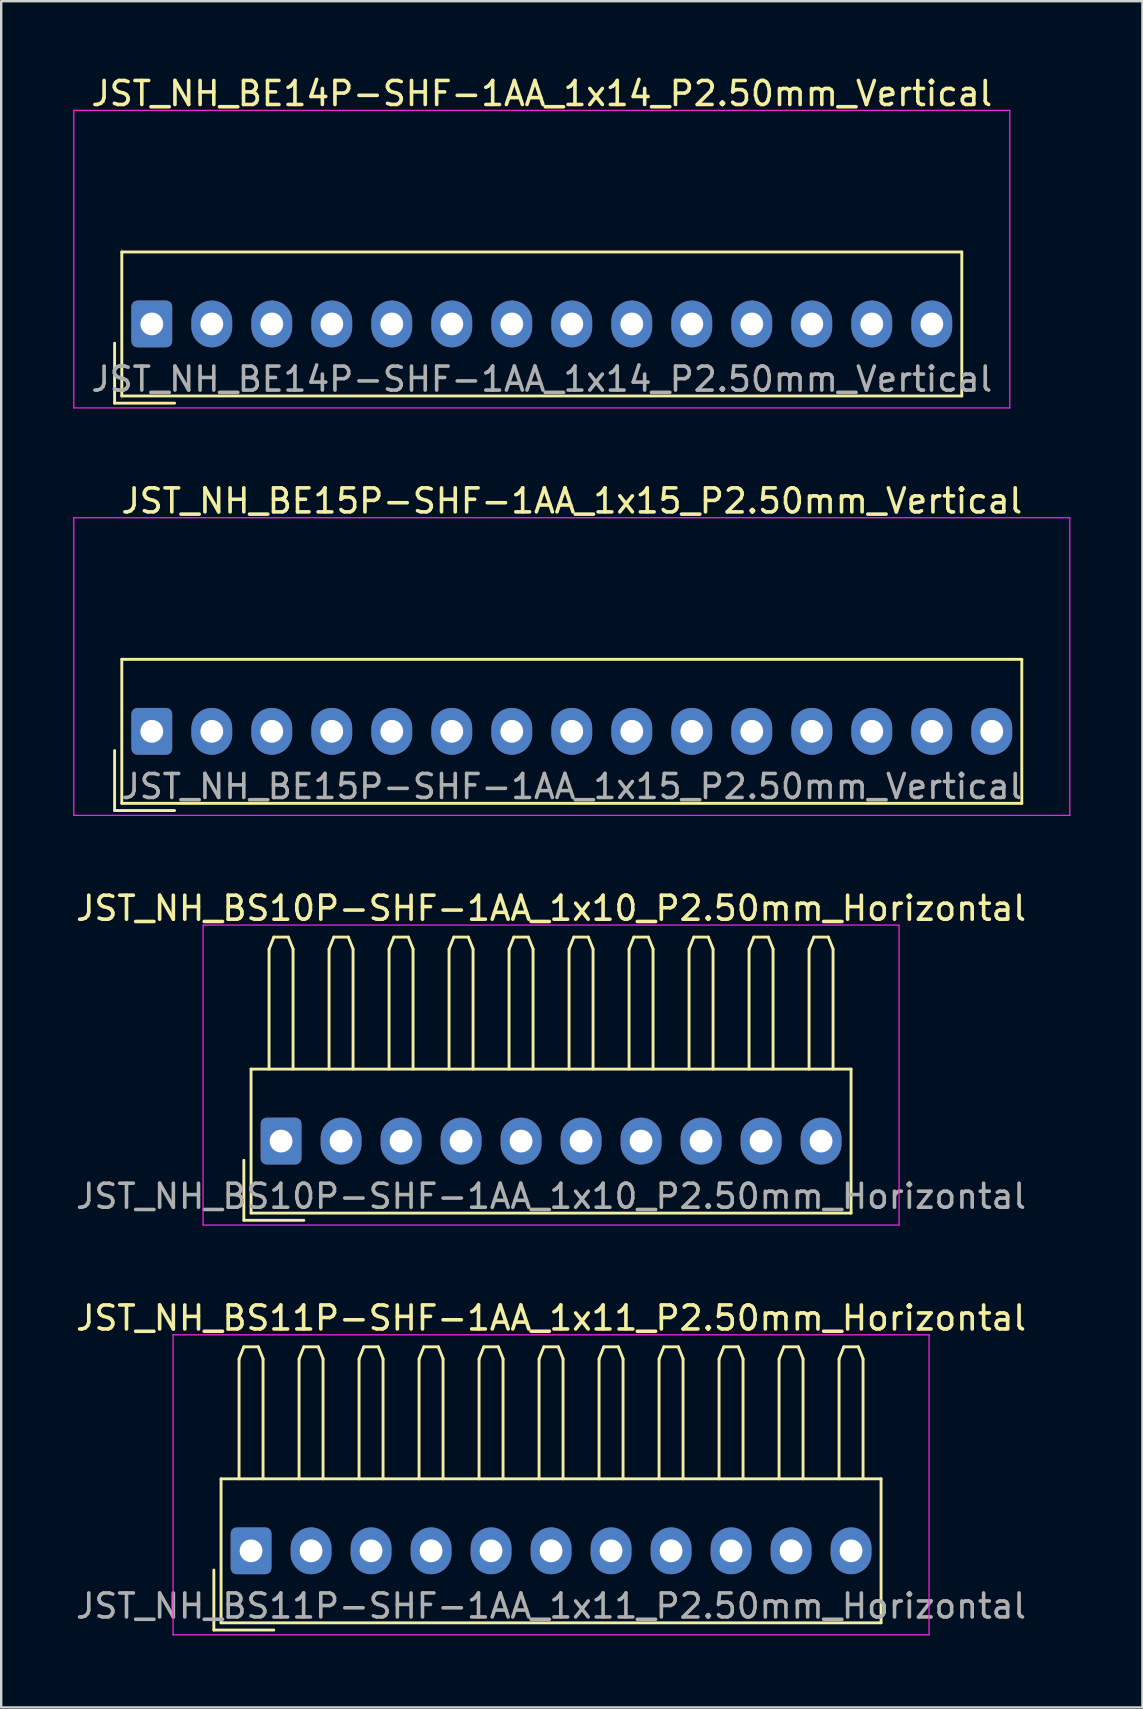
<source format=kicad_pcb>
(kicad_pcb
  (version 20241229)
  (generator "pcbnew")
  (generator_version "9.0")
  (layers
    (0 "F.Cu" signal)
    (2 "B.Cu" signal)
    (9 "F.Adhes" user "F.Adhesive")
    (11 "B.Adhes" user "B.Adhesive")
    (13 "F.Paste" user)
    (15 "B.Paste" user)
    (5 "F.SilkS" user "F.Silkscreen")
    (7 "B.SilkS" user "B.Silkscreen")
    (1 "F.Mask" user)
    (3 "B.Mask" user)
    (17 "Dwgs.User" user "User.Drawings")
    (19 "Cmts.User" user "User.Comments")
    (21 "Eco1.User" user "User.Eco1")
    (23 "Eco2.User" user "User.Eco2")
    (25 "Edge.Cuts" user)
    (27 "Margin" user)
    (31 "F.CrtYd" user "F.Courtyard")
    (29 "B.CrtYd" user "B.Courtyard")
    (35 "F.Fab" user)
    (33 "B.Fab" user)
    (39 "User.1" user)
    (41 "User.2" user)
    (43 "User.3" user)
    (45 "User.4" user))
  (footprint "JST_NH_BS11P-SHF-1AA_1x11_P2.50mm_Horizontal"
    (layer "F.Cu")
    (at 7.411 61.568)
    (property "Reference" "JST_NH_BS11P-SHF-1AA_1x11_P2.50mm_Horizontal" (at 12.5 -9.7 0) (layer "F.SilkS") (effects (font (size 1 1) (thickness 0.15))))
    (attr through_hole)
    (fp_line (start -1.55 0.8) (end -1.55 3.3) (stroke (width 0.12) (type solid)) (layer "F.SilkS"))
    (fp_line (start -1.55 3.3) (end 0.95 3.3) (stroke (width 0.12) (type solid)) (layer "F.SilkS"))
    (fp_line (start -1.25 -3) (end -1.25 3) (stroke (width 0.12) (type solid)) (layer "F.SilkS"))
    (fp_line (start -1.25 3) (end 26.25 3) (stroke (width 0.12) (type solid)) (layer "F.SilkS"))
    (fp_line (start -0.5 -8) (end -0.3 -8.5) (stroke (width 0.12) (type solid)) (layer "F.SilkS"))
    (fp_line (start -0.5 -3) (end -0.5 -8) (stroke (width 0.12) (type solid)) (layer "F.SilkS"))
    (fp_line (start -0.3 -8.5) (end 0.3 -8.5) (stroke (width 0.12) (type solid)) (layer "F.SilkS"))
    (fp_line (start 0.3 -8.5) (end 0.5 -8) (stroke (width 0.12) (type solid)) (layer "F.SilkS"))
    (fp_line (start 0.5 -8) (end 0.5 -3) (stroke (width 0.12) (type solid)) (layer "F.SilkS"))
    (fp_line (start 2 -8) (end 2.2 -8.5) (stroke (width 0.12) (type solid)) (layer "F.SilkS"))
    (fp_line (start 2 -3) (end 2 -8) (stroke (width 0.12) (type solid)) (layer "F.SilkS"))
    (fp_line (start 2.2 -8.5) (end 2.8 -8.5) (stroke (width 0.12) (type solid)) (layer "F.SilkS"))
    (fp_line (start 2.8 -8.5) (end 3 -8) (stroke (width 0.12) (type solid)) (layer "F.SilkS"))
    (fp_line (start 3 -8) (end 3 -3) (stroke (width 0.12) (type solid)) (layer "F.SilkS"))
    (fp_line (start 4.5 -8) (end 4.7 -8.5) (stroke (width 0.12) (type solid)) (layer "F.SilkS"))
    (fp_line (start 4.5 -3) (end 4.5 -8) (stroke (width 0.12) (type solid)) (layer "F.SilkS"))
    (fp_line (start 4.7 -8.5) (end 5.3 -8.5) (stroke (width 0.12) (type solid)) (layer "F.SilkS"))
    (fp_line (start 5.3 -8.5) (end 5.5 -8) (stroke (width 0.12) (type solid)) (layer "F.SilkS"))
    (fp_line (start 5.5 -8) (end 5.5 -3) (stroke (width 0.12) (type solid)) (layer "F.SilkS"))
    (fp_line (start 7 -8) (end 7.2 -8.5) (stroke (width 0.12) (type solid)) (layer "F.SilkS"))
    (fp_line (start 7 -3) (end 7 -8) (stroke (width 0.12) (type solid)) (layer "F.SilkS"))
    (fp_line (start 7.2 -8.5) (end 7.8 -8.5) (stroke (width 0.12) (type solid)) (layer "F.SilkS"))
    (fp_line (start 7.8 -8.5) (end 8 -8) (stroke (width 0.12) (type solid)) (layer "F.SilkS"))
    (fp_line (start 8 -8) (end 8 -3) (stroke (width 0.12) (type solid)) (layer "F.SilkS"))
    (fp_line (start 9.5 -8) (end 9.7 -8.5) (stroke (width 0.12) (type solid)) (layer "F.SilkS"))
    (fp_line (start 9.5 -3) (end 9.5 -8) (stroke (width 0.12) (type solid)) (layer "F.SilkS"))
    (fp_line (start 9.7 -8.5) (end 10.3 -8.5) (stroke (width 0.12) (type solid)) (layer "F.SilkS"))
    (fp_line (start 10.3 -8.5) (end 10.5 -8) (stroke (width 0.12) (type solid)) (layer "F.SilkS"))
    (fp_line (start 10.5 -8) (end 10.5 -3) (stroke (width 0.12) (type solid)) (layer "F.SilkS"))
    (fp_line (start 12 -8) (end 12.2 -8.5) (stroke (width 0.12) (type solid)) (layer "F.SilkS"))
    (fp_line (start 12 -3) (end 12 -8) (stroke (width 0.12) (type solid)) (layer "F.SilkS"))
    (fp_line (start 12.2 -8.5) (end 12.8 -8.5) (stroke (width 0.12) (type solid)) (layer "F.SilkS"))
    (fp_line (start 12.8 -8.5) (end 13 -8) (stroke (width 0.12) (type solid)) (layer "F.SilkS"))
    (fp_line (start 13 -8) (end 13 -3) (stroke (width 0.12) (type solid)) (layer "F.SilkS"))
    (fp_line (start 14.5 -8) (end 14.7 -8.5) (stroke (width 0.12) (type solid)) (layer "F.SilkS"))
    (fp_line (start 14.5 -3) (end 14.5 -8) (stroke (width 0.12) (type solid)) (layer "F.SilkS"))
    (fp_line (start 14.7 -8.5) (end 15.3 -8.5) (stroke (width 0.12) (type solid)) (layer "F.SilkS"))
    (fp_line (start 15.3 -8.5) (end 15.5 -8) (stroke (width 0.12) (type solid)) (layer "F.SilkS"))
    (fp_line (start 15.5 -8) (end 15.5 -3) (stroke (width 0.12) (type solid)) (layer "F.SilkS"))
    (fp_line (start 17 -8) (end 17.2 -8.5) (stroke (width 0.12) (type solid)) (layer "F.SilkS"))
    (fp_line (start 17 -3) (end 17 -8) (stroke (width 0.12) (type solid)) (layer "F.SilkS"))
    (fp_line (start 17.2 -8.5) (end 17.8 -8.5) (stroke (width 0.12) (type solid)) (layer "F.SilkS"))
    (fp_line (start 17.8 -8.5) (end 18 -8) (stroke (width 0.12) (type solid)) (layer "F.SilkS"))
    (fp_line (start 18 -8) (end 18 -3) (stroke (width 0.12) (type solid)) (layer "F.SilkS"))
    (fp_line (start 19.5 -8) (end 19.7 -8.5) (stroke (width 0.12) (type solid)) (layer "F.SilkS"))
    (fp_line (start 19.5 -3) (end 19.5 -8) (stroke (width 0.12) (type solid)) (layer "F.SilkS"))
    (fp_line (start 19.7 -8.5) (end 20.3 -8.5) (stroke (width 0.12) (type solid)) (layer "F.SilkS"))
    (fp_line (start 20.3 -8.5) (end 20.5 -8) (stroke (width 0.12) (type solid)) (layer "F.SilkS"))
    (fp_line (start 20.5 -8) (end 20.5 -3) (stroke (width 0.12) (type solid)) (layer "F.SilkS"))
    (fp_line (start 22 -8) (end 22.2 -8.5) (stroke (width 0.12) (type solid)) (layer "F.SilkS"))
    (fp_line (start 22 -3) (end 22 -8) (stroke (width 0.12) (type solid)) (layer "F.SilkS"))
    (fp_line (start 22.2 -8.5) (end 22.8 -8.5) (stroke (width 0.12) (type solid)) (layer "F.SilkS"))
    (fp_line (start 22.8 -8.5) (end 23 -8) (stroke (width 0.12) (type solid)) (layer "F.SilkS"))
    (fp_line (start 23 -8) (end 23 -3) (stroke (width 0.12) (type solid)) (layer "F.SilkS"))
    (fp_line (start 24.5 -8) (end 24.7 -8.5) (stroke (width 0.12) (type solid)) (layer "F.SilkS"))
    (fp_line (start 24.5 -3) (end 24.5 -8) (stroke (width 0.12) (type solid)) (layer "F.SilkS"))
    (fp_line (start 24.7 -8.5) (end 25.3 -8.5) (stroke (width 0.12) (type solid)) (layer "F.SilkS"))
    (fp_line (start 25.3 -8.5) (end 25.5 -8) (stroke (width 0.12) (type solid)) (layer "F.SilkS"))
    (fp_line (start 25.5 -8) (end 25.5 -3) (stroke (width 0.12) (type solid)) (layer "F.SilkS"))
    (fp_line (start 26.25 -3) (end -1.25 -3) (stroke (width 0.12) (type solid)) (layer "F.SilkS"))
    (fp_line (start 26.25 3) (end 26.25 -3) (stroke (width 0.12) (type solid)) (layer "F.SilkS"))
    (fp_line (start -3.25 -9) (end -3.25 3.5) (stroke (width 0.05) (type solid)) (layer "F.CrtYd"))
    (fp_line (start -3.25 3.5) (end 28.25 3.5) (stroke (width 0.05) (type solid)) (layer "F.CrtYd"))
    (fp_line (start 28.25 -9) (end -3.25 -9) (stroke (width 0.05) (type solid)) (layer "F.CrtYd"))
    (fp_line (start 28.25 3.5) (end 28.25 -9) (stroke (width 0.05) (type solid)) (layer "F.CrtYd"))
    (fp_text user "${REFERENCE}" (at 12.5 2.3 0) (layer "F.Fab") (effects (font (size 1 1) (thickness 0.15))))
    (pad "1" thru_hole roundrect (at 0 0) (size 1.7 1.95) (drill 0.95) (layers "*.Cu" "*.Mask") (roundrect_rratio 0.147))
    (pad "2" thru_hole oval (at 2.5 0) (size 1.7 1.95) (drill 0.95) (layers "*.Cu" "*.Mask"))
    (pad "3" thru_hole oval (at 5 0) (size 1.7 1.95) (drill 0.95) (layers "*.Cu" "*.Mask"))
    (pad "4" thru_hole oval (at 7.5 0) (size 1.7 1.95) (drill 0.95) (layers "*.Cu" "*.Mask"))
    (pad "5" thru_hole oval (at 10 0) (size 1.7 1.95) (drill 0.95) (layers "*.Cu" "*.Mask"))
    (pad "6" thru_hole oval (at 12.5 0) (size 1.7 1.95) (drill 0.95) (layers "*.Cu" "*.Mask"))
    (pad "7" thru_hole oval (at 15 0) (size 1.7 1.95) (drill 0.95) (layers "*.Cu" "*.Mask"))
    (pad "8" thru_hole oval (at 17.5 0) (size 1.7 1.95) (drill 0.95) (layers "*.Cu" "*.Mask"))
    (pad "9" thru_hole oval (at 20 0) (size 1.7 1.95) (drill 0.95) (layers "*.Cu" "*.Mask"))
    (pad "10" thru_hole oval (at 22.5 0) (size 1.7 1.95) (drill 0.95) (layers "*.Cu" "*.Mask"))
    (pad "11" thru_hole oval (at 25 0) (size 1.7 1.95) (drill 0.95) (layers "*.Cu" "*.Mask")))
  (footprint "JST_NH_BS10P-SHF-1AA_1x10_P2.50mm_Horizontal"
    (layer "F.Cu")
    (at 8.661 44.495)
    (property "Reference" "JST_NH_BS10P-SHF-1AA_1x10_P2.50mm_Horizontal" (at 11.25 -9.7 0) (layer "F.SilkS") (effects (font (size 1 1) (thickness 0.15))))
    (attr through_hole)
    (fp_line (start -1.55 0.8) (end -1.55 3.3) (stroke (width 0.12) (type solid)) (layer "F.SilkS"))
    (fp_line (start -1.55 3.3) (end 0.95 3.3) (stroke (width 0.12) (type solid)) (layer "F.SilkS"))
    (fp_line (start -1.25 -3) (end -1.25 3) (stroke (width 0.12) (type solid)) (layer "F.SilkS"))
    (fp_line (start -1.25 3) (end 23.75 3) (stroke (width 0.12) (type solid)) (layer "F.SilkS"))
    (fp_line (start -0.5 -8) (end -0.3 -8.5) (stroke (width 0.12) (type solid)) (layer "F.SilkS"))
    (fp_line (start -0.5 -3) (end -0.5 -8) (stroke (width 0.12) (type solid)) (layer "F.SilkS"))
    (fp_line (start -0.3 -8.5) (end 0.3 -8.5) (stroke (width 0.12) (type solid)) (layer "F.SilkS"))
    (fp_line (start 0.3 -8.5) (end 0.5 -8) (stroke (width 0.12) (type solid)) (layer "F.SilkS"))
    (fp_line (start 0.5 -8) (end 0.5 -3) (stroke (width 0.12) (type solid)) (layer "F.SilkS"))
    (fp_line (start 2 -8) (end 2.2 -8.5) (stroke (width 0.12) (type solid)) (layer "F.SilkS"))
    (fp_line (start 2 -3) (end 2 -8) (stroke (width 0.12) (type solid)) (layer "F.SilkS"))
    (fp_line (start 2.2 -8.5) (end 2.8 -8.5) (stroke (width 0.12) (type solid)) (layer "F.SilkS"))
    (fp_line (start 2.8 -8.5) (end 3 -8) (stroke (width 0.12) (type solid)) (layer "F.SilkS"))
    (fp_line (start 3 -8) (end 3 -3) (stroke (width 0.12) (type solid)) (layer "F.SilkS"))
    (fp_line (start 4.5 -8) (end 4.7 -8.5) (stroke (width 0.12) (type solid)) (layer "F.SilkS"))
    (fp_line (start 4.5 -3) (end 4.5 -8) (stroke (width 0.12) (type solid)) (layer "F.SilkS"))
    (fp_line (start 4.7 -8.5) (end 5.3 -8.5) (stroke (width 0.12) (type solid)) (layer "F.SilkS"))
    (fp_line (start 5.3 -8.5) (end 5.5 -8) (stroke (width 0.12) (type solid)) (layer "F.SilkS"))
    (fp_line (start 5.5 -8) (end 5.5 -3) (stroke (width 0.12) (type solid)) (layer "F.SilkS"))
    (fp_line (start 7 -8) (end 7.2 -8.5) (stroke (width 0.12) (type solid)) (layer "F.SilkS"))
    (fp_line (start 7 -3) (end 7 -8) (stroke (width 0.12) (type solid)) (layer "F.SilkS"))
    (fp_line (start 7.2 -8.5) (end 7.8 -8.5) (stroke (width 0.12) (type solid)) (layer "F.SilkS"))
    (fp_line (start 7.8 -8.5) (end 8 -8) (stroke (width 0.12) (type solid)) (layer "F.SilkS"))
    (fp_line (start 8 -8) (end 8 -3) (stroke (width 0.12) (type solid)) (layer "F.SilkS"))
    (fp_line (start 9.5 -8) (end 9.7 -8.5) (stroke (width 0.12) (type solid)) (layer "F.SilkS"))
    (fp_line (start 9.5 -3) (end 9.5 -8) (stroke (width 0.12) (type solid)) (layer "F.SilkS"))
    (fp_line (start 9.7 -8.5) (end 10.3 -8.5) (stroke (width 0.12) (type solid)) (layer "F.SilkS"))
    (fp_line (start 10.3 -8.5) (end 10.5 -8) (stroke (width 0.12) (type solid)) (layer "F.SilkS"))
    (fp_line (start 10.5 -8) (end 10.5 -3) (stroke (width 0.12) (type solid)) (layer "F.SilkS"))
    (fp_line (start 12 -8) (end 12.2 -8.5) (stroke (width 0.12) (type solid)) (layer "F.SilkS"))
    (fp_line (start 12 -3) (end 12 -8) (stroke (width 0.12) (type solid)) (layer "F.SilkS"))
    (fp_line (start 12.2 -8.5) (end 12.8 -8.5) (stroke (width 0.12) (type solid)) (layer "F.SilkS"))
    (fp_line (start 12.8 -8.5) (end 13 -8) (stroke (width 0.12) (type solid)) (layer "F.SilkS"))
    (fp_line (start 13 -8) (end 13 -3) (stroke (width 0.12) (type solid)) (layer "F.SilkS"))
    (fp_line (start 14.5 -8) (end 14.7 -8.5) (stroke (width 0.12) (type solid)) (layer "F.SilkS"))
    (fp_line (start 14.5 -3) (end 14.5 -8) (stroke (width 0.12) (type solid)) (layer "F.SilkS"))
    (fp_line (start 14.7 -8.5) (end 15.3 -8.5) (stroke (width 0.12) (type solid)) (layer "F.SilkS"))
    (fp_line (start 15.3 -8.5) (end 15.5 -8) (stroke (width 0.12) (type solid)) (layer "F.SilkS"))
    (fp_line (start 15.5 -8) (end 15.5 -3) (stroke (width 0.12) (type solid)) (layer "F.SilkS"))
    (fp_line (start 17 -8) (end 17.2 -8.5) (stroke (width 0.12) (type solid)) (layer "F.SilkS"))
    (fp_line (start 17 -3) (end 17 -8) (stroke (width 0.12) (type solid)) (layer "F.SilkS"))
    (fp_line (start 17.2 -8.5) (end 17.8 -8.5) (stroke (width 0.12) (type solid)) (layer "F.SilkS"))
    (fp_line (start 17.8 -8.5) (end 18 -8) (stroke (width 0.12) (type solid)) (layer "F.SilkS"))
    (fp_line (start 18 -8) (end 18 -3) (stroke (width 0.12) (type solid)) (layer "F.SilkS"))
    (fp_line (start 19.5 -8) (end 19.7 -8.5) (stroke (width 0.12) (type solid)) (layer "F.SilkS"))
    (fp_line (start 19.5 -3) (end 19.5 -8) (stroke (width 0.12) (type solid)) (layer "F.SilkS"))
    (fp_line (start 19.7 -8.5) (end 20.3 -8.5) (stroke (width 0.12) (type solid)) (layer "F.SilkS"))
    (fp_line (start 20.3 -8.5) (end 20.5 -8) (stroke (width 0.12) (type solid)) (layer "F.SilkS"))
    (fp_line (start 20.5 -8) (end 20.5 -3) (stroke (width 0.12) (type solid)) (layer "F.SilkS"))
    (fp_line (start 22 -8) (end 22.2 -8.5) (stroke (width 0.12) (type solid)) (layer "F.SilkS"))
    (fp_line (start 22 -3) (end 22 -8) (stroke (width 0.12) (type solid)) (layer "F.SilkS"))
    (fp_line (start 22.2 -8.5) (end 22.8 -8.5) (stroke (width 0.12) (type solid)) (layer "F.SilkS"))
    (fp_line (start 22.8 -8.5) (end 23 -8) (stroke (width 0.12) (type solid)) (layer "F.SilkS"))
    (fp_line (start 23 -8) (end 23 -3) (stroke (width 0.12) (type solid)) (layer "F.SilkS"))
    (fp_line (start 23.75 -3) (end -1.25 -3) (stroke (width 0.12) (type solid)) (layer "F.SilkS"))
    (fp_line (start 23.75 3) (end 23.75 -3) (stroke (width 0.12) (type solid)) (layer "F.SilkS"))
    (fp_line (start -3.25 -9) (end -3.25 3.5) (stroke (width 0.05) (type solid)) (layer "F.CrtYd"))
    (fp_line (start -3.25 3.5) (end 25.75 3.5) (stroke (width 0.05) (type solid)) (layer "F.CrtYd"))
    (fp_line (start 25.75 -9) (end -3.25 -9) (stroke (width 0.05) (type solid)) (layer "F.CrtYd"))
    (fp_line (start 25.75 3.5) (end 25.75 -9) (stroke (width 0.05) (type solid)) (layer "F.CrtYd"))
    (fp_text user "${REFERENCE}" (at 11.25 2.3 0) (layer "F.Fab") (effects (font (size 1 1) (thickness 0.15))))
    (pad "1" thru_hole roundrect (at 0 0) (size 1.7 1.95) (drill 0.95) (layers "*.Cu" "*.Mask") (roundrect_rratio 0.147))
    (pad "2" thru_hole oval (at 2.5 0) (size 1.7 1.95) (drill 0.95) (layers "*.Cu" "*.Mask"))
    (pad "3" thru_hole oval (at 5 0) (size 1.7 1.95) (drill 0.95) (layers "*.Cu" "*.Mask"))
    (pad "4" thru_hole oval (at 7.5 0) (size 1.7 1.95) (drill 0.95) (layers "*.Cu" "*.Mask"))
    (pad "5" thru_hole oval (at 10 0) (size 1.7 1.95) (drill 0.95) (layers "*.Cu" "*.Mask"))
    (pad "6" thru_hole oval (at 12.5 0) (size 1.7 1.95) (drill 0.95) (layers "*.Cu" "*.Mask"))
    (pad "7" thru_hole oval (at 15 0) (size 1.7 1.95) (drill 0.95) (layers "*.Cu" "*.Mask"))
    (pad "8" thru_hole oval (at 17.5 0) (size 1.7 1.95) (drill 0.95) (layers "*.Cu" "*.Mask"))
    (pad "9" thru_hole oval (at 20 0) (size 1.7 1.95) (drill 0.95) (layers "*.Cu" "*.Mask"))
    (pad "10" thru_hole oval (at 22.5 0) (size 1.7 1.95) (drill 0.95) (layers "*.Cu" "*.Mask")))
  (footprint "JST_NH_BE15P-SHF-1AA_1x15_P2.50mm_Vertical"
    (layer "F.Cu")
    (at 3.275 27.422)
    (property "Reference" "JST_NH_BE15P-SHF-1AA_1x15_P2.50mm_Vertical" (at 17.5 -9.6 0) (layer "F.SilkS") (effects (font (size 1 1) (thickness 0.15))))
    (attr through_hole)
    (fp_line (start -1.55 0.8) (end -1.55 3.3) (stroke (width 0.12) (type solid)) (layer "F.SilkS"))
    (fp_line (start -1.55 3.3) (end 0.95 3.3) (stroke (width 0.12) (type solid)) (layer "F.SilkS"))
    (fp_line (start -1.25 -3) (end -1.25 3) (stroke (width 0.12) (type solid)) (layer "F.SilkS"))
    (fp_line (start -1.25 3) (end 36.25 3) (stroke (width 0.12) (type solid)) (layer "F.SilkS"))
    (fp_line (start 36.25 -3) (end -1.25 -3) (stroke (width 0.12) (type solid)) (layer "F.SilkS"))
    (fp_line (start 36.25 3) (end 36.25 -3) (stroke (width 0.12) (type solid)) (layer "F.SilkS"))
    (fp_line (start -3.25 -8.9) (end -3.25 3.5) (stroke (width 0.05) (type solid)) (layer "F.CrtYd"))
    (fp_line (start -3.25 3.5) (end 38.25 3.5) (stroke (width 0.05) (type solid)) (layer "F.CrtYd"))
    (fp_line (start 38.25 -8.9) (end -3.25 -8.9) (stroke (width 0.05) (type solid)) (layer "F.CrtYd"))
    (fp_line (start 38.25 3.5) (end 38.25 -8.9) (stroke (width 0.05) (type solid)) (layer "F.CrtYd"))
    (fp_text user "${REFERENCE}" (at 17.5 2.3 0) (layer "F.Fab") (effects (font (size 1 1) (thickness 0.15))))
    (pad "1" thru_hole roundrect (at 0 0) (size 1.7 1.95) (drill 0.95) (layers "*.Cu" "*.Mask") (roundrect_rratio 0.147))
    (pad "2" thru_hole oval (at 2.5 0) (size 1.7 1.95) (drill 0.95) (layers "*.Cu" "*.Mask"))
    (pad "3" thru_hole oval (at 5 0) (size 1.7 1.95) (drill 0.95) (layers "*.Cu" "*.Mask"))
    (pad "4" thru_hole oval (at 7.5 0) (size 1.7 1.95) (drill 0.95) (layers "*.Cu" "*.Mask"))
    (pad "5" thru_hole oval (at 10 0) (size 1.7 1.95) (drill 0.95) (layers "*.Cu" "*.Mask"))
    (pad "6" thru_hole oval (at 12.5 0) (size 1.7 1.95) (drill 0.95) (layers "*.Cu" "*.Mask"))
    (pad "7" thru_hole oval (at 15 0) (size 1.7 1.95) (drill 0.95) (layers "*.Cu" "*.Mask"))
    (pad "8" thru_hole oval (at 17.5 0) (size 1.7 1.95) (drill 0.95) (layers "*.Cu" "*.Mask"))
    (pad "9" thru_hole oval (at 20 0) (size 1.7 1.95) (drill 0.95) (layers "*.Cu" "*.Mask"))
    (pad "10" thru_hole oval (at 22.5 0) (size 1.7 1.95) (drill 0.95) (layers "*.Cu" "*.Mask"))
    (pad "11" thru_hole oval (at 25 0) (size 1.7 1.95) (drill 0.95) (layers "*.Cu" "*.Mask"))
    (pad "12" thru_hole oval (at 27.5 0) (size 1.7 1.95) (drill 0.95) (layers "*.Cu" "*.Mask"))
    (pad "13" thru_hole oval (at 30 0) (size 1.7 1.95) (drill 0.95) (layers "*.Cu" "*.Mask"))
    (pad "14" thru_hole oval (at 32.5 0) (size 1.7 1.95) (drill 0.95) (layers "*.Cu" "*.Mask"))
    (pad "15" thru_hole oval (at 35 0) (size 1.7 1.95) (drill 0.95) (layers "*.Cu" "*.Mask")))
  (footprint "JST_NH_BE14P-SHF-1AA_1x14_P2.50mm_Vertical"
    (layer "F.Cu")
    (at 3.275 10.448)
    (property "Reference" "JST_NH_BE14P-SHF-1AA_1x14_P2.50mm_Vertical" (at 16.25 -9.6 0) (layer "F.SilkS") (effects (font (size 1 1) (thickness 0.15))))
    (attr through_hole)
    (fp_line (start -1.55 0.8) (end -1.55 3.3) (stroke (width 0.12) (type solid)) (layer "F.SilkS"))
    (fp_line (start -1.55 3.3) (end 0.95 3.3) (stroke (width 0.12) (type solid)) (layer "F.SilkS"))
    (fp_line (start -1.25 -3) (end -1.25 3) (stroke (width 0.12) (type solid)) (layer "F.SilkS"))
    (fp_line (start -1.25 3) (end 33.75 3) (stroke (width 0.12) (type solid)) (layer "F.SilkS"))
    (fp_line (start 33.75 -3) (end -1.25 -3) (stroke (width 0.12) (type solid)) (layer "F.SilkS"))
    (fp_line (start 33.75 3) (end 33.75 -3) (stroke (width 0.12) (type solid)) (layer "F.SilkS"))
    (fp_line (start -3.25 -8.9) (end -3.25 3.5) (stroke (width 0.05) (type solid)) (layer "F.CrtYd"))
    (fp_line (start -3.25 3.5) (end 35.75 3.5) (stroke (width 0.05) (type solid)) (layer "F.CrtYd"))
    (fp_line (start 35.75 -8.9) (end -3.25 -8.9) (stroke (width 0.05) (type solid)) (layer "F.CrtYd"))
    (fp_line (start 35.75 3.5) (end 35.75 -8.9) (stroke (width 0.05) (type solid)) (layer "F.CrtYd"))
    (fp_text user "${REFERENCE}" (at 16.25 2.3 0) (layer "F.Fab") (effects (font (size 1 1) (thickness 0.15))))
    (pad "1" thru_hole roundrect (at 0 0) (size 1.7 1.95) (drill 0.95) (layers "*.Cu" "*.Mask") (roundrect_rratio 0.147))
    (pad "2" thru_hole oval (at 2.5 0) (size 1.7 1.95) (drill 0.95) (layers "*.Cu" "*.Mask"))
    (pad "3" thru_hole oval (at 5 0) (size 1.7 1.95) (drill 0.95) (layers "*.Cu" "*.Mask"))
    (pad "4" thru_hole oval (at 7.5 0) (size 1.7 1.95) (drill 0.95) (layers "*.Cu" "*.Mask"))
    (pad "5" thru_hole oval (at 10 0) (size 1.7 1.95) (drill 0.95) (layers "*.Cu" "*.Mask"))
    (pad "6" thru_hole oval (at 12.5 0) (size 1.7 1.95) (drill 0.95) (layers "*.Cu" "*.Mask"))
    (pad "7" thru_hole oval (at 15 0) (size 1.7 1.95) (drill 0.95) (layers "*.Cu" "*.Mask"))
    (pad "8" thru_hole oval (at 17.5 0) (size 1.7 1.95) (drill 0.95) (layers "*.Cu" "*.Mask"))
    (pad "9" thru_hole oval (at 20 0) (size 1.7 1.95) (drill 0.95) (layers "*.Cu" "*.Mask"))
    (pad "10" thru_hole oval (at 22.5 0) (size 1.7 1.95) (drill 0.95) (layers "*.Cu" "*.Mask"))
    (pad "11" thru_hole oval (at 25 0) (size 1.7 1.95) (drill 0.95) (layers "*.Cu" "*.Mask"))
    (pad "12" thru_hole oval (at 27.5 0) (size 1.7 1.95) (drill 0.95) (layers "*.Cu" "*.Mask"))
    (pad "13" thru_hole oval (at 30 0) (size 1.7 1.95) (drill 0.95) (layers "*.Cu" "*.Mask"))
    (pad "14" thru_hole oval (at 32.5 0) (size 1.7 1.95) (drill 0.95) (layers "*.Cu" "*.Mask")))
  (gr_rect
    (start -3 -3)
    (end 44.55 68.093)
    (stroke (width 0.1) (type default))
    (fill no)
    (layer "Edge.Cuts")))
</source>
